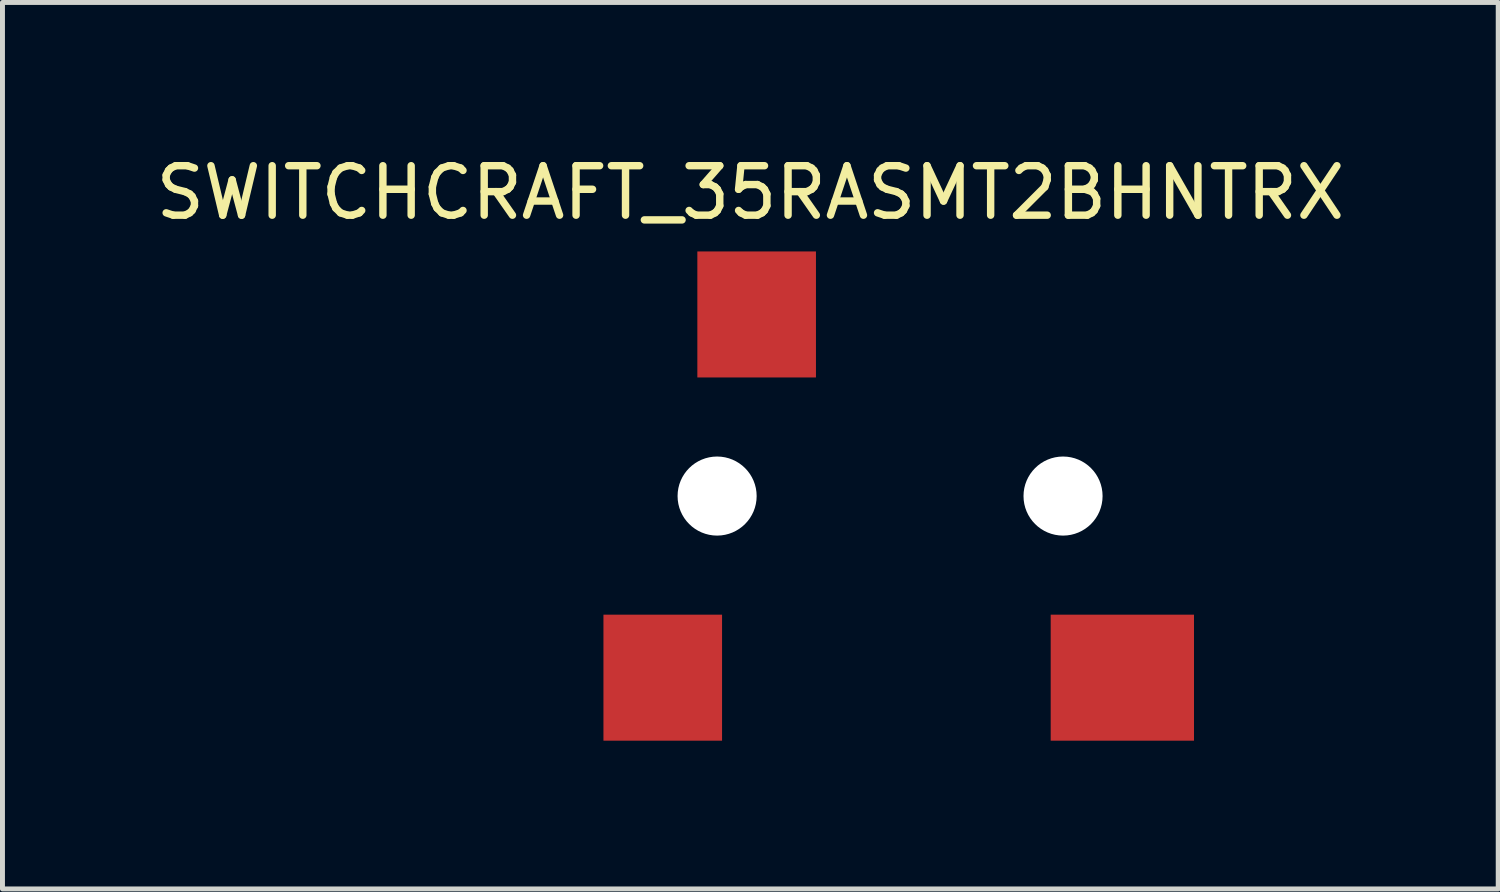
<source format=kicad_pcb>
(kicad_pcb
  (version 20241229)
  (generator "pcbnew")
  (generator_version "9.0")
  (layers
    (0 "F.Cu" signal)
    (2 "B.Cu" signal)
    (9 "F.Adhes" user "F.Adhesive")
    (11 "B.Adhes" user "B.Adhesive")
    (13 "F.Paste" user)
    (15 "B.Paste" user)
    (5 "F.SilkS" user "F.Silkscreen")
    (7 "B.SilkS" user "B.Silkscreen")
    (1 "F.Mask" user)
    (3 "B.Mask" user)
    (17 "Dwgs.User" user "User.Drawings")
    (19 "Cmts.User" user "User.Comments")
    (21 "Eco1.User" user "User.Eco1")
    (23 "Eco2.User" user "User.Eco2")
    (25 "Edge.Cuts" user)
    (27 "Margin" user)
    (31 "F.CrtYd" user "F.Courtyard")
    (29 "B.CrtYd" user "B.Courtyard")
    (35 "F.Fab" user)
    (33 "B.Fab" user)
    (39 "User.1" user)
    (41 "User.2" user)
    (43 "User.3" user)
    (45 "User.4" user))
  (footprint "SWITCHCRAFT_35RASMT2BHNTRX"
    (layer "F.Cu")
    (at 14.961 6.988)
    (property "Reference" "SWITCHCRAFT_35RASMT2BHNTRX" (at -2.827 -6.139 0) (layer "F.SilkS") (effects (font (size 1.001 1.001) (thickness 0.15))))
    (attr smd)
    (pad "" np_thru_hole circle (at -3.5 0) (size 1.6 1.6) (drill 1.6) (layers "*.Cu" "*.Mask"))
    (pad "" np_thru_hole circle (at 3.5 0) (size 1.6 1.6) (drill 1.6) (layers "*.Cu" "*.Mask"))
    (pad "1" smd rect (at -2.7 -3.675) (size 2.4 2.55) (layers "F.Cu" "F.Mask" "F.Paste"))
    (pad "4" smd rect (at 4.7 3.675) (size 2.9 2.55) (layers "F.Cu" "F.Mask" "F.Paste"))
    (pad "5" smd rect (at -4.6 3.675) (size 2.4 2.55) (layers "F.Cu" "F.Mask" "F.Paste")))
  (gr_rect
    (start -3 -3)
    (end 27.267 14.938)
    (stroke (width 0.1) (type default))
    (fill no)
    (layer "Edge.Cuts")))
</source>
